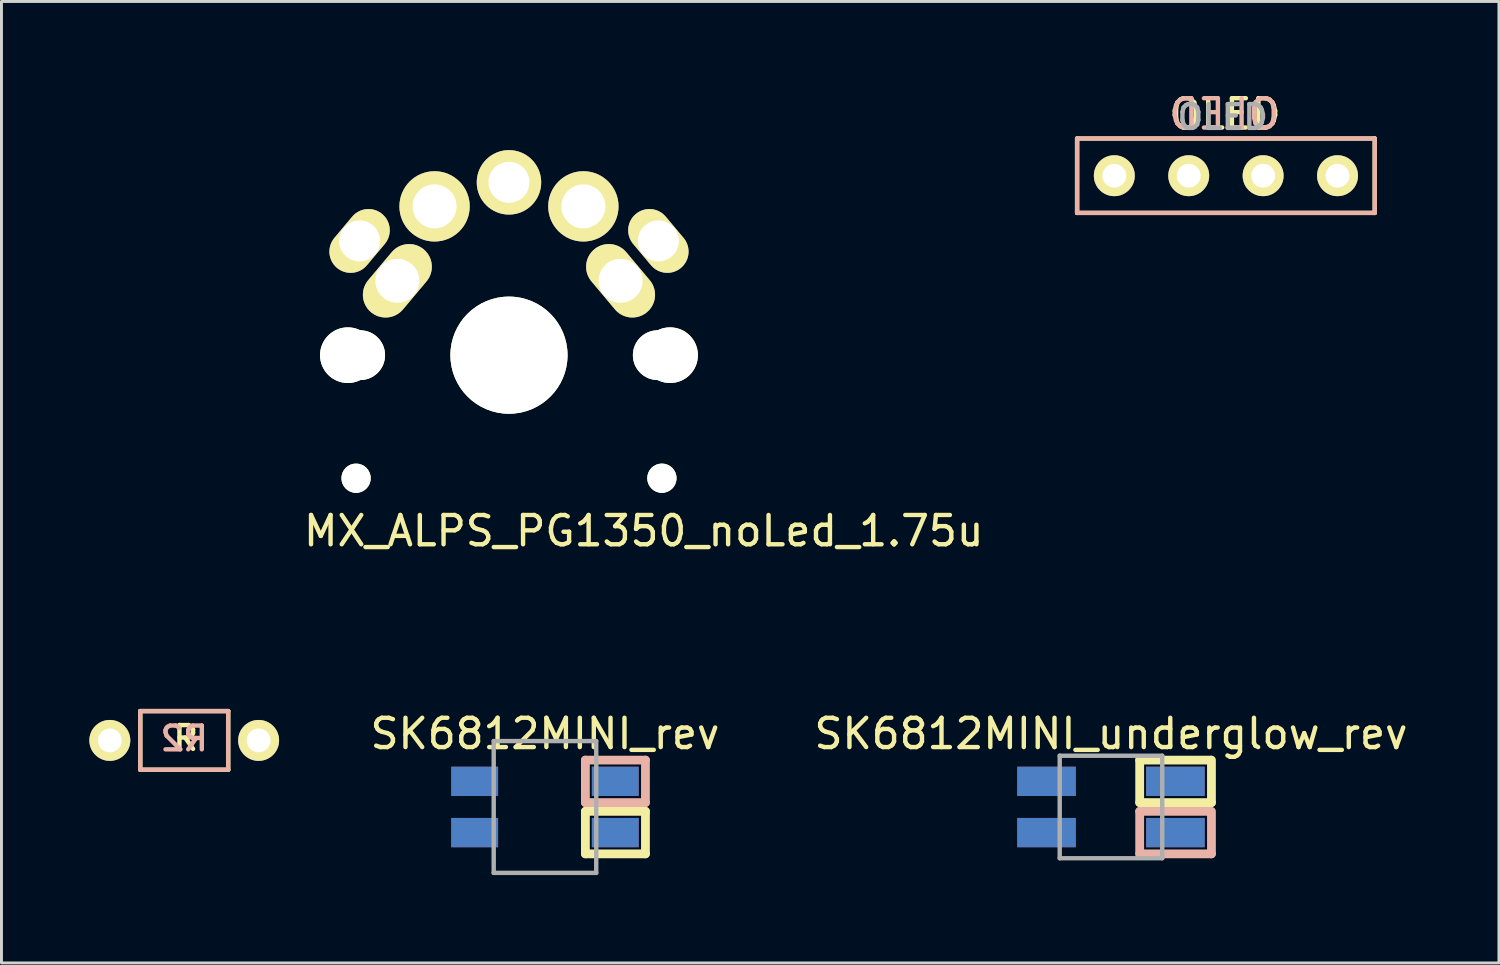
<source format=kicad_pcb>
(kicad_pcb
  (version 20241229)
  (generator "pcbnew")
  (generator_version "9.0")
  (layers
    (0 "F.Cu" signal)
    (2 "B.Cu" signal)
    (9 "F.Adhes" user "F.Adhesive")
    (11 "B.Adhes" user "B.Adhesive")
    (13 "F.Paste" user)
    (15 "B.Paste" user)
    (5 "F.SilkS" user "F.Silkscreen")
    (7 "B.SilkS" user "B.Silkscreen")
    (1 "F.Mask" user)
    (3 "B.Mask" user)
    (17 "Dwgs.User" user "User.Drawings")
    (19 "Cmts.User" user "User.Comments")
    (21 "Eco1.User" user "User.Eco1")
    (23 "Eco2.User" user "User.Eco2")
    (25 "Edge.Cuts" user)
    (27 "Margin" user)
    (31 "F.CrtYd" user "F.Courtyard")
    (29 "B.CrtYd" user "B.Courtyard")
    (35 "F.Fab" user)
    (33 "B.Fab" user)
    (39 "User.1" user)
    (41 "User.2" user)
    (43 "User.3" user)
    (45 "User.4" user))
  (footprint "R"
    (layer "F.Cu")
    (at 3.239 22.226)
    (property "Reference" "R" (at 0.05 -0.08 0) (layer "F.SilkS") (effects (font (size 0.813 0.813) (thickness 0.15))))
    (attr through_hole)
    (fp_line (start -1.501 -1.001) (end -1.501 1.001) (stroke (width 0.15) (type solid)) (layer "F.SilkS"))
    (fp_line (start -1.501 1.001) (end 1.501 1.001) (stroke (width 0.15) (type solid)) (layer "F.SilkS"))
    (fp_line (start 1.501 -1.001) (end -1.501 -1.001) (stroke (width 0.15) (type solid)) (layer "F.SilkS"))
    (fp_line (start 1.501 1.001) (end 1.501 -1.001) (stroke (width 0.15) (type solid)) (layer "F.SilkS"))
    (fp_line (start -1.5 -1) (end 1.5 -1) (stroke (width 0.15) (type solid)) (layer "B.SilkS"))
    (fp_line (start -1.5 1) (end -1.5 -1) (stroke (width 0.15) (type solid)) (layer "B.SilkS"))
    (fp_line (start 1.5 -1) (end 1.5 1) (stroke (width 0.15) (type solid)) (layer "B.SilkS"))
    (fp_line (start 1.5 1) (end -1.5 1) (stroke (width 0.15) (type solid)) (layer "B.SilkS"))
    (fp_text user "R2" (at 0 -0.064 0) (layer "B.SilkS") (effects (font (size 0.813 0.813) (thickness 0.15)) (justify mirror)))
    (pad "1" thru_hole circle (at -2.54 0) (size 1.397 1.397) (drill 0.813) (layers "*.Cu" "*.Mask" "F.SilkS"))
    (pad "2" thru_hole circle (at 2.54 0) (size 1.397 1.397) (drill 0.813) (layers "*.Cu" "*.Mask" "F.SilkS")))
  (footprint "MX_ALPS_PG1350_noLed_1.75u"
    (layer "F.Cu")
    (at 14.325 9.075)
    (property "Reference" "MX_ALPS_PG1350_noLed_1.75u" (at 4.6 6 0) (layer "F.SilkS") (effects (font (size 1 1) (thickness 0.15))))
    (attr through_hole)
    (fp_line (start -14.25 -9) (end 14.25 -9) (stroke (width 0.15) (type solid)) (layer "Eco2.User"))
    (fp_line (start -14.25 9) (end -14.25 -9) (stroke (width 0.15) (type solid)) (layer "Eco2.User"))
    (fp_line (start -7 -7) (end 7 -7) (stroke (width 0.15) (type solid)) (layer "Eco2.User"))
    (fp_line (start -7 7) (end -7 -7) (stroke (width 0.15) (type solid)) (layer "Eco2.User"))
    (fp_line (start 7 -7) (end 7 7) (stroke (width 0.15) (type solid)) (layer "Eco2.User"))
    (fp_line (start 7 7) (end -7 7) (stroke (width 0.15) (type solid)) (layer "Eco2.User"))
    (fp_line (start 14.25 -9) (end 14.25 9) (stroke (width 0.15) (type solid)) (layer "Eco2.User"))
    (fp_line (start 14.25 9) (end -14.25 9) (stroke (width 0.15) (type solid)) (layer "Eco2.User"))
    (pad "" np_thru_hole circle (at -5.5 0 90) (size 1.9 1.9) (drill 1.9) (layers "*.Cu" "*.Mask" "F.SilkS"))
    (pad "" np_thru_hole circle (at -5.22 4.2) (size 1 1) (drill 1) (layers "*.Cu" "*.Mask" "F.SilkS"))
    (pad "" np_thru_hole circle (at -5.08 0) (size 1.7 1.7) (drill 1.7) (layers "*.Cu" "*.Mask" "F.SilkS"))
    (pad "" np_thru_hole circle (at 0 0 90) (size 4 4) (drill 4) (layers "*.Cu" "*.Mask" "F.SilkS"))
    (pad "" np_thru_hole circle (at 5.08 0) (size 1.7 1.7) (drill 1.7) (layers "*.Cu" "*.Mask" "F.SilkS"))
    (pad "" np_thru_hole circle (at 5.22 4.2) (size 1 1) (drill 1) (layers "*.Cu" "*.Mask" "F.SilkS"))
    (pad "" np_thru_hole circle (at 5.5 0 90) (size 1.9 1.9) (drill 1.9) (layers "*.Cu" "*.Mask" "F.SilkS"))
    (pad "1" thru_hole oval (at -5.1 -3.9 50) (size 2.4 1.45) (drill 1.4) (layers "*.Cu" "*.Mask" "F.SilkS"))
    (pad "1" thru_hole oval (at -3.81 -2.54 50) (size 2.8 1.55) (drill 1.5) (layers "*.Cu" "*.Mask" "F.SilkS"))
    (pad "1" thru_hole circle (at -2.54 -5.08) (size 2.4 2.4) (drill 1.5) (layers "*.Cu" "*.Mask" "F.SilkS"))
    (pad "1" thru_hole oval (at 5.1 -3.9 310) (size 2.4 1.45) (drill 1.4) (layers "*.Cu" "*.Mask" "F.SilkS"))
    (pad "2" thru_hole circle (at 0 -5.9 90) (size 2.2 2.2) (drill 1.4) (layers "*.Cu" "*.Mask" "F.SilkS"))
    (pad "2" thru_hole circle (at 2.54 -5.08) (size 2.4 2.4) (drill 1.5) (layers "*.Cu" "*.Mask" "F.SilkS"))
    (pad "2" thru_hole oval (at 3.81 -2.54 310) (size 2.8 1.55) (drill 1.5) (layers "*.Cu" "*.Mask" "F.SilkS")))
  (footprint "SK6812MINI_rev"
    (layer "F.Cu")
    (at 15.554 24.498)
    (property "Reference" "SK6812MINI_rev" (at 0 -2.5 0) (layer "F.SilkS") (effects (font (size 1 1) (thickness 0.15))))
    (attr through_hole)
    (fp_line (start 1.38 0.15) (end 3.43 0.15) (stroke (width 0.3) (type solid)) (layer "F.SilkS"))
    (fp_line (start 1.38 1.6) (end 1.38 0.15) (stroke (width 0.3) (type solid)) (layer "F.SilkS"))
    (fp_line (start 3.43 0.15) (end 3.43 1.6) (stroke (width 0.3) (type solid)) (layer "F.SilkS"))
    (fp_line (start 3.43 1.6) (end 1.38 1.6) (stroke (width 0.3) (type solid)) (layer "F.SilkS"))
    (fp_line (start 1.38 -1.6) (end 3.43 -1.6) (stroke (width 0.3) (type solid)) (layer "B.SilkS"))
    (fp_line (start 1.38 -0.15) (end 1.38 -1.6) (stroke (width 0.3) (type solid)) (layer "B.SilkS"))
    (fp_line (start 3.43 -1.6) (end 3.43 -0.15) (stroke (width 0.3) (type solid)) (layer "B.SilkS"))
    (fp_line (start 3.43 -0.15) (end 1.38 -0.15) (stroke (width 0.3) (type solid)) (layer "B.SilkS"))
    (fp_line (start -1.75 -2.25) (end -1.75 2.25) (stroke (width 0.15) (type solid)) (layer "F.Fab"))
    (fp_line (start -1.75 -2.25) (end 1.75 -2.25) (stroke (width 0.15) (type solid)) (layer "F.Fab"))
    (fp_line (start 1.75 -2.25) (end 1.75 2.25) (stroke (width 0.15) (type solid)) (layer "F.Fab"))
    (fp_line (start 1.75 2.25) (end -1.75 2.25) (stroke (width 0.15) (type solid)) (layer "F.Fab"))
    (pad "1" smd rect (at -2.4 -0.875) (size 1.6 1) (layers "B.Cu" "B.Mask" "B.Paste"))
    (pad "1" smd rect (at -2.4 0.875) (size 1.6 1) (layers "F.Cu" "F.Mask" "F.Paste"))
    (pad "2" smd rect (at -2.4 -0.875) (size 1.6 1) (layers "F.Cu" "F.Mask" "F.Paste"))
    (pad "2" smd rect (at -2.4 0.875) (size 1.6 1) (layers "B.Cu" "B.Mask" "B.Paste"))
    (pad "3" smd rect (at 2.4 -0.875) (size 1.6 1) (layers "F.Cu" "F.Mask" "F.Paste"))
    (pad "3" smd rect (at 2.4 0.875) (size 1.6 1) (layers "B.Cu" "B.Mask" "B.Paste"))
    (pad "4" smd rect (at 2.4 -0.875) (size 1.6 1) (layers "B.Cu" "B.Mask" "B.Paste"))
    (pad "4" smd rect (at 2.4 0.875) (size 1.6 1) (layers "F.Cu" "F.Mask" "F.Paste")))
  (footprint "SK6812MINI_underglow_rev"
    (layer "F.Cu")
    (at 34.876 24.498)
    (property "Reference" "SK6812MINI_underglow_rev" (at 0 -2.5 0) (layer "F.SilkS") (effects (font (size 1 1) (thickness 0.15))))
    (attr through_hole)
    (fp_line (start 0.98 -1.6) (end 3.4 -1.6) (stroke (width 0.3) (type solid)) (layer "F.SilkS"))
    (fp_line (start 0.98 -0.15) (end 0.98 -1.6) (stroke (width 0.3) (type solid)) (layer "F.SilkS"))
    (fp_line (start 3.43 -1.6) (end 3.43 -0.15) (stroke (width 0.3) (type solid)) (layer "F.SilkS"))
    (fp_line (start 3.43 -0.15) (end 0.98 -0.15) (stroke (width 0.3) (type solid)) (layer "F.SilkS"))
    (fp_line (start 0.98 0.15) (end 3.4 0.15) (stroke (width 0.3) (type solid)) (layer "B.SilkS"))
    (fp_line (start 0.98 1.6) (end 0.98 0.15) (stroke (width 0.3) (type solid)) (layer "B.SilkS"))
    (fp_line (start 3.43 0.15) (end 3.43 1.6) (stroke (width 0.3) (type solid)) (layer "B.SilkS"))
    (fp_line (start 3.43 1.6) (end 0.98 1.6) (stroke (width 0.3) (type solid)) (layer "B.SilkS"))
    (fp_line (start -1.75 -1.75) (end -1.75 1.75) (stroke (width 0.15) (type solid)) (layer "F.Fab"))
    (fp_line (start -1.75 -1.75) (end 1.75 -1.75) (stroke (width 0.15) (type solid)) (layer "F.Fab"))
    (fp_line (start 1.75 -1.75) (end 1.75 1.75) (stroke (width 0.15) (type solid)) (layer "F.Fab"))
    (fp_line (start 1.75 1.75) (end -1.75 1.75) (stroke (width 0.15) (type solid)) (layer "F.Fab"))
    (pad "1" smd rect (at -2.2 -0.875) (size 2 1) (layers "F.Cu" "F.Mask" "F.Paste"))
    (pad "1" smd rect (at -2.2 0.875) (size 2 1) (layers "B.Cu" "B.Mask" "B.Paste"))
    (pad "2" smd rect (at -2.2 -0.875) (size 2 1) (layers "B.Cu" "B.Mask" "B.Paste"))
    (pad "2" smd rect (at -2.2 0.875) (size 2 1) (layers "F.Cu" "F.Mask" "F.Paste"))
    (pad "3" smd rect (at 2.2 -0.875) (size 2 1) (layers "B.Cu" "B.Mask" "B.Paste"))
    (pad "3" smd rect (at 2.2 0.875) (size 2 1) (layers "F.Cu" "F.Mask" "F.Paste"))
    (pad "4" smd rect (at 2.2 -0.875) (size 2 1) (layers "F.Cu" "F.Mask" "F.Paste"))
    (pad "4" smd rect (at 2.2 0.875) (size 2 1) (layers "B.Cu" "B.Mask" "B.Paste")))
  (footprint "OLED"
    (layer "F.Cu")
    (at 34.99 2.948)
    (property "Reference" "OLED" (at 3.7 -2 180) (layer "F.Fab") (effects (font (size 0.813 0.813) (thickness 0.15))))
    (attr through_hole)
    (fp_line (start -1.27 -1.27) (end 8.89 -1.27) (stroke (width 0.15) (type solid)) (layer "F.SilkS"))
    (fp_line (start -1.27 1.27) (end -1.27 -1.27) (stroke (width 0.15) (type solid)) (layer "F.SilkS"))
    (fp_line (start -1.27 1.27) (end 8.89 1.27) (stroke (width 0.15) (type solid)) (layer "F.SilkS"))
    (fp_line (start 8.89 -1.27) (end 8.89 1.27) (stroke (width 0.15) (type solid)) (layer "F.SilkS"))
    (fp_line (start -1.27 -1.27) (end 8.89 -1.27) (stroke (width 0.15) (type solid)) (layer "B.SilkS"))
    (fp_line (start -1.27 1.27) (end -1.27 -1.27) (stroke (width 0.15) (type solid)) (layer "B.SilkS"))
    (fp_line (start 8.89 -1.27) (end 8.89 1.27) (stroke (width 0.15) (type solid)) (layer "B.SilkS"))
    (fp_line (start 8.89 1.27) (end -1.27 1.27) (stroke (width 0.15) (type solid)) (layer "B.SilkS"))
    (fp_text user "OLED" (at 3.8 -2.1 0) (layer "F.SilkS") (effects (font (size 1 1) (thickness 0.15))))
    (fp_text user "OLED" (at 3.75 -2.1 0) (layer "B.SilkS") (effects (font (size 1 1) (thickness 0.15)) (justify mirror)))
    (pad "1" thru_hole circle (at 0 0) (size 1.397 1.397) (drill 0.813) (layers "*.Cu" "*.Mask" "F.SilkS"))
    (pad "2" thru_hole circle (at 2.54 0) (size 1.397 1.397) (drill 0.813) (layers "*.Cu" "*.Mask" "F.SilkS"))
    (pad "3" thru_hole circle (at 5.08 0) (size 1.397 1.397) (drill 0.813) (layers "*.Cu" "*.Mask" "F.SilkS"))
    (pad "4" thru_hole circle (at 7.62 0) (size 1.397 1.397) (drill 0.813) (layers "*.Cu" "*.Mask" "F.SilkS")))
  (gr_rect
    (start -3 -3)
    (end 48.12 29.823)
    (stroke (width 0.1) (type default))
    (fill no)
    (layer "Edge.Cuts")))
</source>
